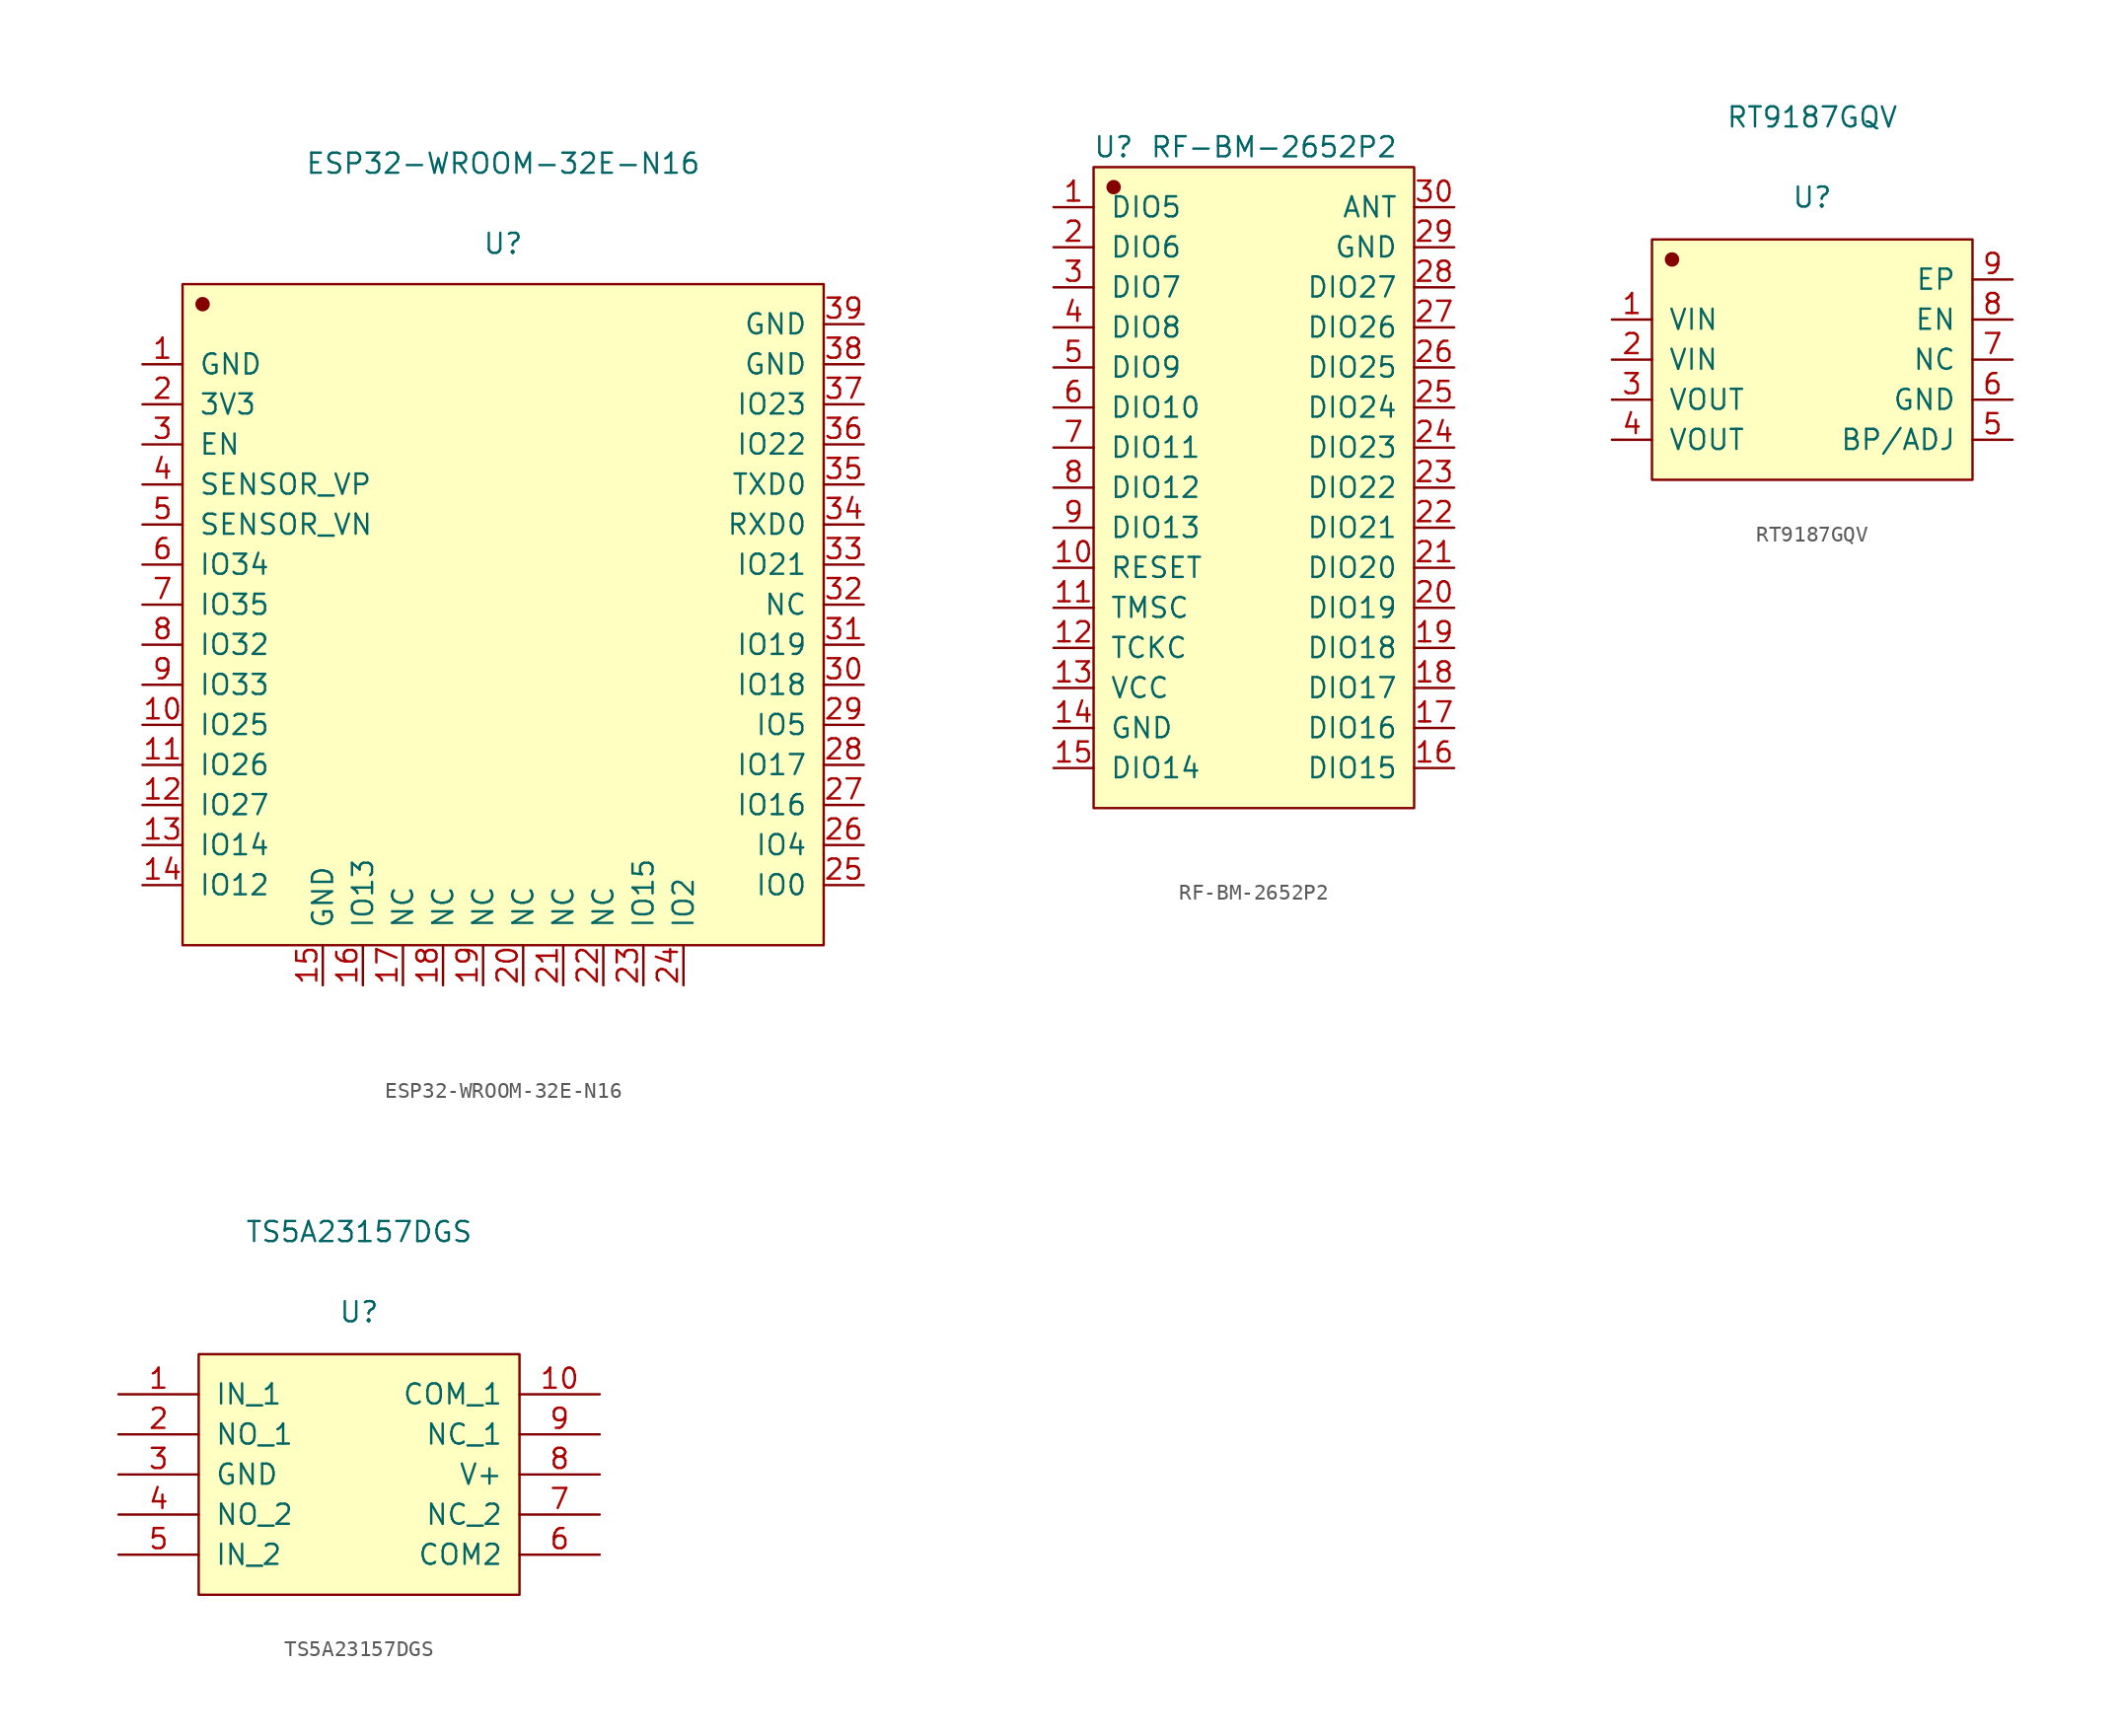
<source format=kicad_sym>
(kicad_symbol_lib
  (version 20220914)
  (generator kicad_symbol_editor)
  (symbol "ESP32-WROOM-32E-N16"
    (pin_names
      (offset 1.016))
    (property "Reference" "U"
      (at 0 25.425 0)
      (effects (font (size 1.27 1.27))))
    (property "Value" "ESP32-WROOM-32E-N16"
      (at 0 30.505 0)
      (effects (font (size 1.27 1.27))))
    (symbol "ESP32-WROOM-32E-N16_1_1"
      (rectangle (start -20.32 22.86) (end 20.32 -19.05) (stroke (width 0.152) (type solid)) (fill (type background)))
      (circle (center -19.05 21.59) (radius 0.381) (stroke (width 0.152) (type solid)) (fill (type outline)))
      (pin input line (at -22.86 17.78 0) (length 2.54) (name "GND" (effects (font (size 1.27 1.27)))) (number "1" (effects (font (size 1.27 1.27)))))
      (pin input line (at -22.86 -5.08 0) (length 2.54) (name "IO25" (effects (font (size 1.27 1.27)))) (number "10" (effects (font (size 1.27 1.27)))))
      (pin input line (at -22.86 -7.62 0) (length 2.54) (name "IO26" (effects (font (size 1.27 1.27)))) (number "11" (effects (font (size 1.27 1.27)))))
      (pin input line (at -22.86 -10.16 0) (length 2.54) (name "IO27" (effects (font (size 1.27 1.27)))) (number "12" (effects (font (size 1.27 1.27)))))
      (pin input line (at -22.86 -12.7 0) (length 2.54) (name "IO14" (effects (font (size 1.27 1.27)))) (number "13" (effects (font (size 1.27 1.27)))))
      (pin input line (at -22.86 -15.24 0) (length 2.54) (name "IO12" (effects (font (size 1.27 1.27)))) (number "14" (effects (font (size 1.27 1.27)))))
      (pin input line (at -11.43 -21.59 90) (length 2.54) (name "GND" (effects (font (size 1.27 1.27)))) (number "15" (effects (font (size 1.27 1.27)))))
      (pin input line (at -8.89 -21.59 90) (length 2.54) (name "IO13" (effects (font (size 1.27 1.27)))) (number "16" (effects (font (size 1.27 1.27)))))
      (pin input line (at -6.35 -21.59 90) (length 2.54) (name "NC" (effects (font (size 1.27 1.27)))) (number "17" (effects (font (size 1.27 1.27)))))
      (pin input line (at -3.81 -21.59 90) (length 2.54) (name "NC" (effects (font (size 1.27 1.27)))) (number "18" (effects (font (size 1.27 1.27)))))
      (pin input line (at -1.27 -21.59 90) (length 2.54) (name "NC" (effects (font (size 1.27 1.27)))) (number "19" (effects (font (size 1.27 1.27)))))
      (pin input line (at -22.86 15.24 0) (length 2.54) (name "3V3" (effects (font (size 1.27 1.27)))) (number "2" (effects (font (size 1.27 1.27)))))
      (pin input line (at 1.27 -21.59 90) (length 2.54) (name "NC" (effects (font (size 1.27 1.27)))) (number "20" (effects (font (size 1.27 1.27)))))
      (pin input line (at 3.81 -21.59 90) (length 2.54) (name "NC" (effects (font (size 1.27 1.27)))) (number "21" (effects (font (size 1.27 1.27)))))
      (pin input line (at 6.35 -21.59 90) (length 2.54) (name "NC" (effects (font (size 1.27 1.27)))) (number "22" (effects (font (size 1.27 1.27)))))
      (pin input line (at 8.89 -21.59 90) (length 2.54) (name "IO15" (effects (font (size 1.27 1.27)))) (number "23" (effects (font (size 1.27 1.27)))))
      (pin input line (at 11.43 -21.59 90) (length 2.54) (name "IO2" (effects (font (size 1.27 1.27)))) (number "24" (effects (font (size 1.27 1.27)))))
      (pin input line (at 22.86 -15.24 180) (length 2.54) (name "IO0" (effects (font (size 1.27 1.27)))) (number "25" (effects (font (size 1.27 1.27)))))
      (pin input line (at 22.86 -12.7 180) (length 2.54) (name "IO4" (effects (font (size 1.27 1.27)))) (number "26" (effects (font (size 1.27 1.27)))))
      (pin input line (at 22.86 -10.16 180) (length 2.54) (name "IO16" (effects (font (size 1.27 1.27)))) (number "27" (effects (font (size 1.27 1.27)))))
      (pin input line (at 22.86 -7.62 180) (length 2.54) (name "IO17" (effects (font (size 1.27 1.27)))) (number "28" (effects (font (size 1.27 1.27)))))
      (pin input line (at 22.86 -5.08 180) (length 2.54) (name "IO5" (effects (font (size 1.27 1.27)))) (number "29" (effects (font (size 1.27 1.27)))))
      (pin input line (at -22.86 12.7 0) (length 2.54) (name "EN" (effects (font (size 1.27 1.27)))) (number "3" (effects (font (size 1.27 1.27)))))
      (pin input line (at 22.86 -2.54 180) (length 2.54) (name "IO18" (effects (font (size 1.27 1.27)))) (number "30" (effects (font (size 1.27 1.27)))))
      (pin input line (at 22.86 0 180) (length 2.54) (name "IO19" (effects (font (size 1.27 1.27)))) (number "31" (effects (font (size 1.27 1.27)))))
      (pin input line (at 22.86 2.54 180) (length 2.54) (name "NC" (effects (font (size 1.27 1.27)))) (number "32" (effects (font (size 1.27 1.27)))))
      (pin input line (at 22.86 5.08 180) (length 2.54) (name "IO21" (effects (font (size 1.27 1.27)))) (number "33" (effects (font (size 1.27 1.27)))))
      (pin input line (at 22.86 7.62 180) (length 2.54) (name "RXD0" (effects (font (size 1.27 1.27)))) (number "34" (effects (font (size 1.27 1.27)))))
      (pin input line (at 22.86 10.16 180) (length 2.54) (name "TXD0" (effects (font (size 1.27 1.27)))) (number "35" (effects (font (size 1.27 1.27)))))
      (pin input line (at 22.86 12.7 180) (length 2.54) (name "IO22" (effects (font (size 1.27 1.27)))) (number "36" (effects (font (size 1.27 1.27)))))
      (pin input line (at 22.86 15.24 180) (length 2.54) (name "IO23" (effects (font (size 1.27 1.27)))) (number "37" (effects (font (size 1.27 1.27)))))
      (pin input line (at 22.86 17.78 180) (length 2.54) (name "GND" (effects (font (size 1.27 1.27)))) (number "38" (effects (font (size 1.27 1.27)))))
      (pin input line (at 22.86 20.32 180) (length 2.54) (name "GND" (effects (font (size 1.27 1.27)))) (number "39" (effects (font (size 1.27 1.27)))))
      (pin input line (at -22.86 10.16 0) (length 2.54) (name "SENSOR_VP" (effects (font (size 1.27 1.27)))) (number "4" (effects (font (size 1.27 1.27)))))
      (pin input line (at -22.86 7.62 0) (length 2.54) (name "SENSOR_VN" (effects (font (size 1.27 1.27)))) (number "5" (effects (font (size 1.27 1.27)))))
      (pin input line (at -22.86 5.08 0) (length 2.54) (name "IO34" (effects (font (size 1.27 1.27)))) (number "6" (effects (font (size 1.27 1.27)))))
      (pin input line (at -22.86 2.54 0) (length 2.54) (name "IO35" (effects (font (size 1.27 1.27)))) (number "7" (effects (font (size 1.27 1.27)))))
      (pin input line (at -22.86 0 0) (length 2.54) (name "IO32" (effects (font (size 1.27 1.27)))) (number "8" (effects (font (size 1.27 1.27)))))
      (pin input line (at -22.86 -2.54 0) (length 2.54) (name "IO33" (effects (font (size 1.27 1.27)))) (number "9" (effects (font (size 1.27 1.27)))))))
  (symbol "RF-BM-2652P2"
    (pin_names
      (offset 1.016))
    (property "Reference" "U"
      (at -8.89 21.59 0)
      (effects (font (size 1.27 1.27))))
    (property "Value" "RF-BM-2652P2"
      (at 1.27 21.59 0)
      (effects (font (size 1.27 1.27))))
    (symbol "RF-BM-2652P2_1_1"
      (rectangle (start -10.16 20.32) (end 10.16 -20.32) (stroke (width 0.152) (type solid)) (fill (type background)))
      (circle (center -8.89 19.05) (radius 0.381) (stroke (width 0.152) (type solid)) (fill (type outline)))
      (pin input line (at -12.7 17.78 0) (length 2.54) (name "DIO5" (effects (font (size 1.27 1.27)))) (number "1" (effects (font (size 1.27 1.27)))))
      (pin input line (at -12.7 -5.08 0) (length 2.54) (name "RESET" (effects (font (size 1.27 1.27)))) (number "10" (effects (font (size 1.27 1.27)))))
      (pin input line (at -12.7 -7.62 0) (length 2.54) (name "TMSC" (effects (font (size 1.27 1.27)))) (number "11" (effects (font (size 1.27 1.27)))))
      (pin input line (at -12.7 -10.16 0) (length 2.54) (name "TCKC" (effects (font (size 1.27 1.27)))) (number "12" (effects (font (size 1.27 1.27)))))
      (pin input line (at -12.7 -12.7 0) (length 2.54) (name "VCC" (effects (font (size 1.27 1.27)))) (number "13" (effects (font (size 1.27 1.27)))))
      (pin input line (at -12.7 -15.24 0) (length 2.54) (name "GND" (effects (font (size 1.27 1.27)))) (number "14" (effects (font (size 1.27 1.27)))))
      (pin input line (at -12.7 -17.78 0) (length 2.54) (name "DIO14" (effects (font (size 1.27 1.27)))) (number "15" (effects (font (size 1.27 1.27)))))
      (pin input line (at 12.7 -17.78 180) (length 2.54) (name "DIO15" (effects (font (size 1.27 1.27)))) (number "16" (effects (font (size 1.27 1.27)))))
      (pin input line (at 12.7 -15.24 180) (length 2.54) (name "DIO16" (effects (font (size 1.27 1.27)))) (number "17" (effects (font (size 1.27 1.27)))))
      (pin input line (at 12.7 -12.7 180) (length 2.54) (name "DIO17" (effects (font (size 1.27 1.27)))) (number "18" (effects (font (size 1.27 1.27)))))
      (pin input line (at 12.7 -10.16 180) (length 2.54) (name "DIO18" (effects (font (size 1.27 1.27)))) (number "19" (effects (font (size 1.27 1.27)))))
      (pin input line (at -12.7 15.24 0) (length 2.54) (name "DIO6" (effects (font (size 1.27 1.27)))) (number "2" (effects (font (size 1.27 1.27)))))
      (pin input line (at 12.7 -7.62 180) (length 2.54) (name "DIO19" (effects (font (size 1.27 1.27)))) (number "20" (effects (font (size 1.27 1.27)))))
      (pin input line (at 12.7 -5.08 180) (length 2.54) (name "DIO20" (effects (font (size 1.27 1.27)))) (number "21" (effects (font (size 1.27 1.27)))))
      (pin input line (at 12.7 -2.54 180) (length 2.54) (name "DIO21" (effects (font (size 1.27 1.27)))) (number "22" (effects (font (size 1.27 1.27)))))
      (pin input line (at 12.7 0 180) (length 2.54) (name "DIO22" (effects (font (size 1.27 1.27)))) (number "23" (effects (font (size 1.27 1.27)))))
      (pin input line (at 12.7 2.54 180) (length 2.54) (name "DIO23" (effects (font (size 1.27 1.27)))) (number "24" (effects (font (size 1.27 1.27)))))
      (pin input line (at 12.7 5.08 180) (length 2.54) (name "DIO24" (effects (font (size 1.27 1.27)))) (number "25" (effects (font (size 1.27 1.27)))))
      (pin input line (at 12.7 7.62 180) (length 2.54) (name "DIO25" (effects (font (size 1.27 1.27)))) (number "26" (effects (font (size 1.27 1.27)))))
      (pin input line (at 12.7 10.16 180) (length 2.54) (name "DIO26" (effects (font (size 1.27 1.27)))) (number "27" (effects (font (size 1.27 1.27)))))
      (pin input line (at 12.7 12.7 180) (length 2.54) (name "DIO27" (effects (font (size 1.27 1.27)))) (number "28" (effects (font (size 1.27 1.27)))))
      (pin input line (at 12.7 15.24 180) (length 2.54) (name "GND" (effects (font (size 1.27 1.27)))) (number "29" (effects (font (size 1.27 1.27)))))
      (pin input line (at -12.7 12.7 0) (length 2.54) (name "DIO7" (effects (font (size 1.27 1.27)))) (number "3" (effects (font (size 1.27 1.27)))))
      (pin input line (at 12.7 17.78 180) (length 2.54) (name "ANT" (effects (font (size 1.27 1.27)))) (number "30" (effects (font (size 1.27 1.27)))))
      (pin input line (at -12.7 10.16 0) (length 2.54) (name "DIO8" (effects (font (size 1.27 1.27)))) (number "4" (effects (font (size 1.27 1.27)))))
      (pin input line (at -12.7 7.62 0) (length 2.54) (name "DIO9" (effects (font (size 1.27 1.27)))) (number "5" (effects (font (size 1.27 1.27)))))
      (pin input line (at -12.7 5.08 0) (length 2.54) (name "DIO10" (effects (font (size 1.27 1.27)))) (number "6" (effects (font (size 1.27 1.27)))))
      (pin input line (at -12.7 2.54 0) (length 2.54) (name "DIO11" (effects (font (size 1.27 1.27)))) (number "7" (effects (font (size 1.27 1.27)))))
      (pin input line (at -12.7 0 0) (length 2.54) (name "DIO12" (effects (font (size 1.27 1.27)))) (number "8" (effects (font (size 1.27 1.27)))))
      (pin input line (at -12.7 -2.54 0) (length 2.54) (name "DIO13" (effects (font (size 1.27 1.27)))) (number "9" (effects (font (size 1.27 1.27)))))))
  (symbol "RT9187GQV"
    (pin_names
      (offset 1.016))
    (property "Reference" "U"
      (at 0 10.287 0)
      (effects (font (size 1.27 1.27))))
    (property "Value" "RT9187GQV"
      (at 0 15.367 0)
      (effects (font (size 1.27 1.27))))
    (symbol "RT9187GQV_1_1"
      (rectangle (start -10.16 7.62) (end 10.16 -7.62) (stroke (width 0.152) (type solid)) (fill (type background)))
      (circle (center -8.89 6.35) (radius 0.381) (stroke (width 0.152) (type solid)) (fill (type outline)))
      (pin input line (at -12.7 2.54 0) (length 2.54) (name "VIN" (effects (font (size 1.27 1.27)))) (number "1" (effects (font (size 1.27 1.27)))))
      (pin input line (at -12.7 0 0) (length 2.54) (name "VIN" (effects (font (size 1.27 1.27)))) (number "2" (effects (font (size 1.27 1.27)))))
      (pin input line (at -12.7 -2.54 0) (length 2.54) (name "VOUT" (effects (font (size 1.27 1.27)))) (number "3" (effects (font (size 1.27 1.27)))))
      (pin input line (at -12.7 -5.08 0) (length 2.54) (name "VOUT" (effects (font (size 1.27 1.27)))) (number "4" (effects (font (size 1.27 1.27)))))
      (pin input line (at 12.7 -5.08 180) (length 2.54) (name "BP/ADJ" (effects (font (size 1.27 1.27)))) (number "5" (effects (font (size 1.27 1.27)))))
      (pin input line (at 12.7 -2.54 180) (length 2.54) (name "GND" (effects (font (size 1.27 1.27)))) (number "6" (effects (font (size 1.27 1.27)))))
      (pin input line (at 12.7 0 180) (length 2.54) (name "NC" (effects (font (size 1.27 1.27)))) (number "7" (effects (font (size 1.27 1.27)))))
      (pin input line (at 12.7 2.54 180) (length 2.54) (name "EN" (effects (font (size 1.27 1.27)))) (number "8" (effects (font (size 1.27 1.27)))))
      (pin input line (at 12.7 5.08 180) (length 2.54) (name "EP" (effects (font (size 1.27 1.27)))) (number "9" (effects (font (size 1.27 1.27)))))))
  (symbol "TS5A23157DGS"
    (pin_names
      (offset 1.016))
    (property "Reference" "U"
      (at 0 10.287 0)
      (effects (font (size 1.27 1.27))))
    (property "Value" "TS5A23157DGS"
      (at 0 15.367 0)
      (effects (font (size 1.27 1.27))))
    (symbol "TS5A23157DGS_1_1"
      (rectangle (start -10.16 7.62) (end 10.16 -7.62) (stroke (width 0.152) (type solid)) (fill (type background)))
      (pin input line (at -15.24 5.08 0) (length 5.08) (name "IN_1" (effects (font (size 1.27 1.27)))) (number "1" (effects (font (size 1.27 1.27)))))
      (pin input line (at 15.24 5.08 180) (length 5.08) (name "COM_1" (effects (font (size 1.27 1.27)))) (number "10" (effects (font (size 1.27 1.27)))))
      (pin input line (at -15.24 2.54 0) (length 5.08) (name "NO_1" (effects (font (size 1.27 1.27)))) (number "2" (effects (font (size 1.27 1.27)))))
      (pin input line (at -15.24 0 0) (length 5.08) (name "GND" (effects (font (size 1.27 1.27)))) (number "3" (effects (font (size 1.27 1.27)))))
      (pin input line (at -15.24 -2.54 0) (length 5.08) (name "NO_2" (effects (font (size 1.27 1.27)))) (number "4" (effects (font (size 1.27 1.27)))))
      (pin input line (at -15.24 -5.08 0) (length 5.08) (name "IN_2" (effects (font (size 1.27 1.27)))) (number "5" (effects (font (size 1.27 1.27)))))
      (pin input line (at 15.24 -5.08 180) (length 5.08) (name "COM2" (effects (font (size 1.27 1.27)))) (number "6" (effects (font (size 1.27 1.27)))))
      (pin input line (at 15.24 -2.54 180) (length 5.08) (name "NC_2" (effects (font (size 1.27 1.27)))) (number "7" (effects (font (size 1.27 1.27)))))
      (pin input line (at 15.24 0 180) (length 5.08) (name "V+" (effects (font (size 1.27 1.27)))) (number "8" (effects (font (size 1.27 1.27)))))
      (pin input line (at 15.24 2.54 180) (length 5.08) (name "NC_1" (effects (font (size 1.27 1.27)))) (number "9" (effects (font (size 1.27 1.27))))))))
</source>
